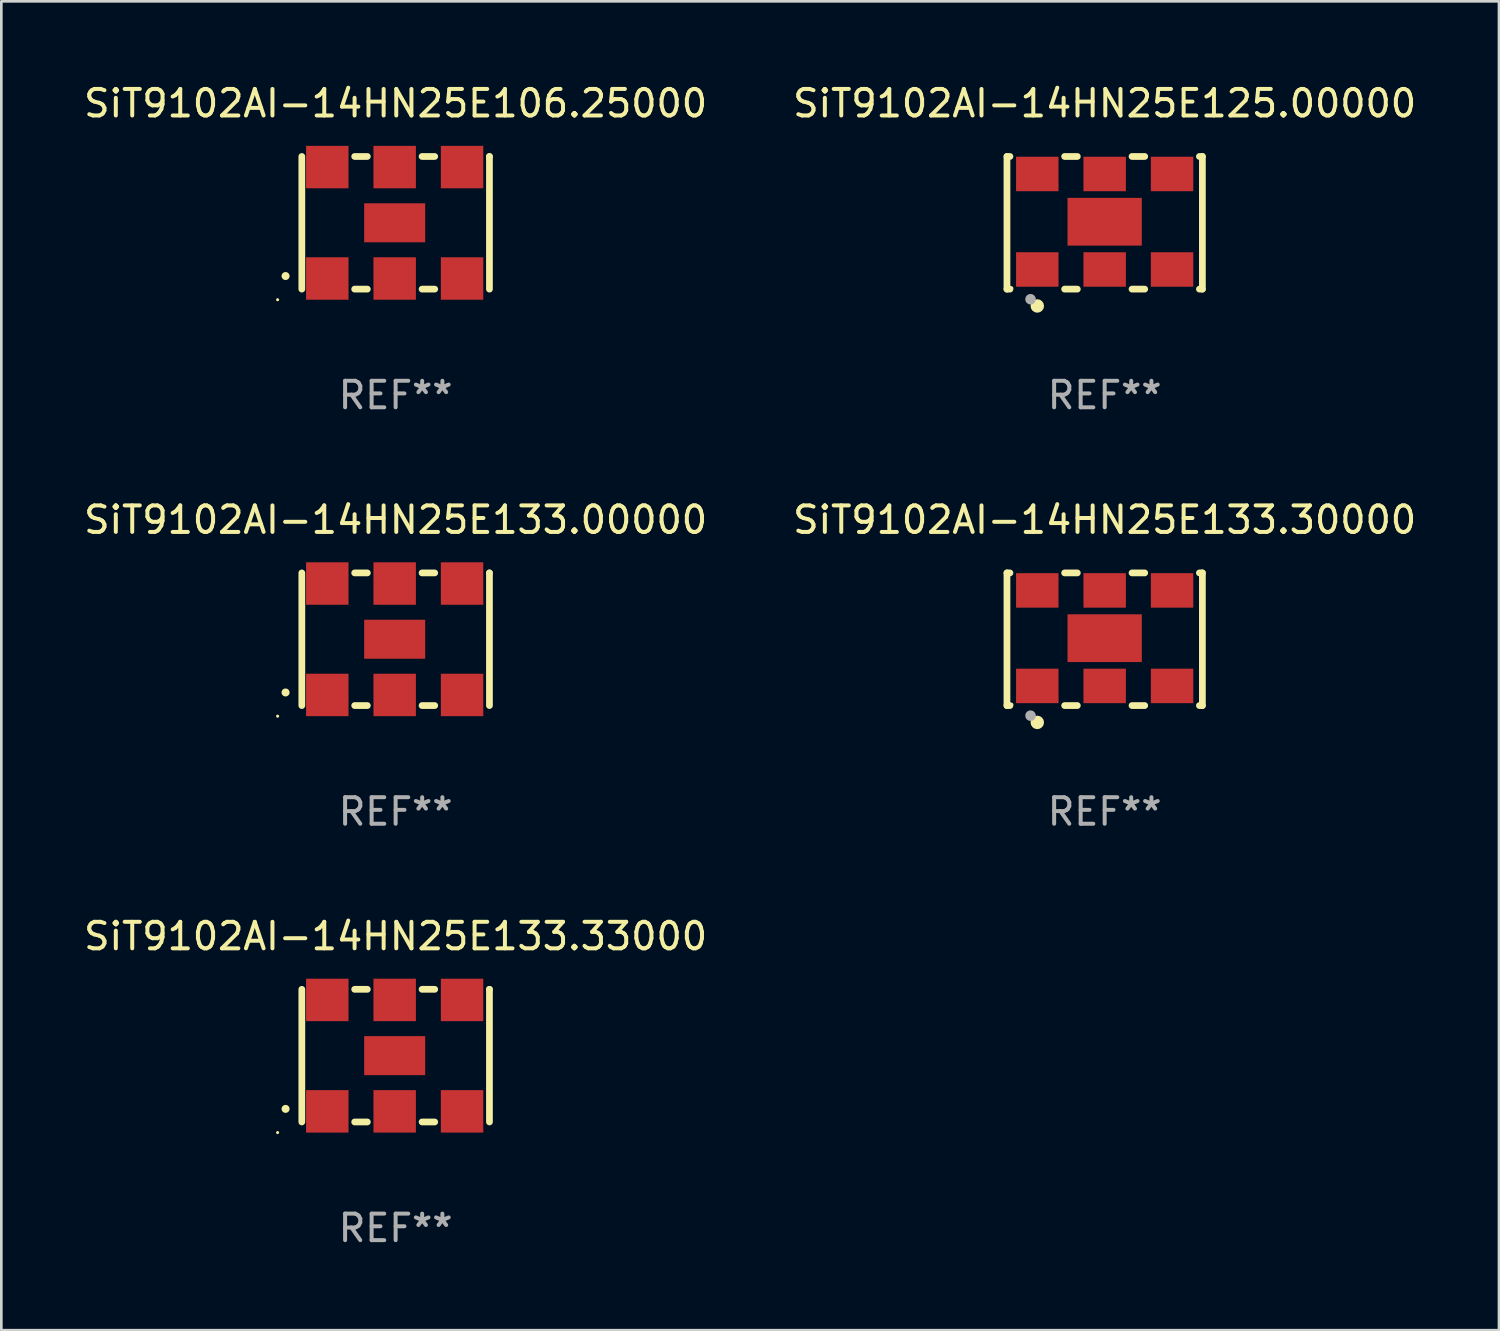
<source format=kicad_pcb>
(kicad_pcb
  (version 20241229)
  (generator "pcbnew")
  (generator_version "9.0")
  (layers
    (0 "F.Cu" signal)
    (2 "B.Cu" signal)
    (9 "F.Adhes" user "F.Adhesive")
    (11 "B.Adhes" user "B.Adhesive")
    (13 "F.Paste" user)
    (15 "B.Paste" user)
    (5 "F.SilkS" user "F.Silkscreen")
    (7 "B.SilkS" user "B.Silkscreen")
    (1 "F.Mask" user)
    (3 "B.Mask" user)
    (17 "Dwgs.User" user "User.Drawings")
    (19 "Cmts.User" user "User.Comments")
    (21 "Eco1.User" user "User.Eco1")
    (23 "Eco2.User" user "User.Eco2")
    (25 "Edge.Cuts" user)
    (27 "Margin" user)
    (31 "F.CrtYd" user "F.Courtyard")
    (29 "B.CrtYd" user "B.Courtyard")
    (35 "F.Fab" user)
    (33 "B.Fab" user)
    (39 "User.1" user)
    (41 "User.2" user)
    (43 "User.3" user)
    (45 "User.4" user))
  (footprint "SiT9102AI-14HN25E125.00000"
    (layer "F.Cu")
    (at 38.589 5.348)
    (property "Reference" "SiT9102AI-14HN25E125.00000" (at 0 -4.5 0) (layer "F.SilkS") (effects (font (size 1 1) (thickness 0.15))))
    (attr through_hole)
    (fp_line (start -3.683 -2.5) (end -3.571 -2.5) (stroke (width 0.254) (type solid)) (layer "F.SilkS"))
    (fp_line (start -3.683 2.5) (end -3.683 -2.5) (stroke (width 0.254) (type solid)) (layer "F.SilkS"))
    (fp_line (start -3.683 2.5) (end -3.571 2.5) (stroke (width 0.254) (type solid)) (layer "F.SilkS"))
    (fp_line (start -1.509 -2.5) (end -1.031 -2.5) (stroke (width 0.254) (type solid)) (layer "F.SilkS"))
    (fp_line (start -1.509 2.5) (end -1.031 2.5) (stroke (width 0.254) (type solid)) (layer "F.SilkS"))
    (fp_line (start 1.031 -2.5) (end 1.509 -2.5) (stroke (width 0.254) (type solid)) (layer "F.SilkS"))
    (fp_line (start 1.031 2.5) (end 1.509 2.5) (stroke (width 0.254) (type solid)) (layer "F.SilkS"))
    (fp_line (start 3.571 -2.5) (end 3.683 -2.5) (stroke (width 0.254) (type solid)) (layer "F.SilkS"))
    (fp_line (start 3.571 2.5) (end 3.683 2.5) (stroke (width 0.254) (type solid)) (layer "F.SilkS"))
    (fp_line (start 3.683 2.5) (end 3.683 -2.5) (stroke (width 0.254) (type solid)) (layer "F.SilkS"))
    (fp_circle (center -3.5 2.46) (end -3.47 2.46) (stroke (width 0.06) (type solid)) (fill no) (layer "F.SilkS"))
    (fp_circle (center -2.54 3.135) (end -2.413 3.135) (stroke (width 0.254) (type solid)) (fill no) (layer "F.SilkS"))
    (fp_circle (center -2.794 2.881) (end -2.694 2.881) (stroke (width 0.2) (type solid)) (fill no) (layer "F.Fab"))
    (fp_text user "REF**" (at 0 6.5 0) (layer "F.Fab") (effects (font (size 1 1) (thickness 0.15))))
    (pad "1" smd rect (at -2.54 1.76) (size 1.6 1.3) (layers "F.Cu" "F.Mask" "F.Paste"))
    (pad "2" smd rect (at 0 1.76) (size 1.6 1.3) (layers "F.Cu" "F.Mask" "F.Paste"))
    (pad "3" smd rect (at 2.54 1.76) (size 1.6 1.3) (layers "F.Cu" "F.Mask" "F.Paste"))
    (pad "4" smd rect (at 2.54 -1.84) (size 1.6 1.3) (layers "F.Cu" "F.Mask" "F.Paste"))
    (pad "5" smd rect (at 0 -1.84) (size 1.6 1.3) (layers "F.Cu" "F.Mask" "F.Paste"))
    (pad "6" smd rect (at -2.54 -1.84) (size 1.6 1.3) (layers "F.Cu" "F.Mask" "F.Paste"))
    (pad "7" smd rect (at 0 -0.04) (size 2.8 1.8) (layers "F.Cu" "F.Mask" "F.Paste")))
  (footprint "SiT9102AI-14HN25E133.30000"
    (layer "F.Cu")
    (at 38.589 21.045)
    (property "Reference" "SiT9102AI-14HN25E133.30000" (at 0 -4.5 0) (layer "F.SilkS") (effects (font (size 1 1) (thickness 0.15))))
    (attr through_hole)
    (fp_line (start -3.683 -2.5) (end -3.571 -2.5) (stroke (width 0.254) (type solid)) (layer "F.SilkS"))
    (fp_line (start -3.683 2.5) (end -3.683 -2.5) (stroke (width 0.254) (type solid)) (layer "F.SilkS"))
    (fp_line (start -3.683 2.5) (end -3.571 2.5) (stroke (width 0.254) (type solid)) (layer "F.SilkS"))
    (fp_line (start -1.509 -2.5) (end -1.031 -2.5) (stroke (width 0.254) (type solid)) (layer "F.SilkS"))
    (fp_line (start -1.509 2.5) (end -1.031 2.5) (stroke (width 0.254) (type solid)) (layer "F.SilkS"))
    (fp_line (start 1.031 -2.5) (end 1.509 -2.5) (stroke (width 0.254) (type solid)) (layer "F.SilkS"))
    (fp_line (start 1.031 2.5) (end 1.509 2.5) (stroke (width 0.254) (type solid)) (layer "F.SilkS"))
    (fp_line (start 3.571 -2.5) (end 3.683 -2.5) (stroke (width 0.254) (type solid)) (layer "F.SilkS"))
    (fp_line (start 3.571 2.5) (end 3.683 2.5) (stroke (width 0.254) (type solid)) (layer "F.SilkS"))
    (fp_line (start 3.683 2.5) (end 3.683 -2.5) (stroke (width 0.254) (type solid)) (layer "F.SilkS"))
    (fp_circle (center -3.5 2.46) (end -3.47 2.46) (stroke (width 0.06) (type solid)) (fill no) (layer "F.SilkS"))
    (fp_circle (center -2.54 3.135) (end -2.413 3.135) (stroke (width 0.254) (type solid)) (fill no) (layer "F.SilkS"))
    (fp_circle (center -2.794 2.881) (end -2.694 2.881) (stroke (width 0.2) (type solid)) (fill no) (layer "F.Fab"))
    (fp_text user "REF**" (at 0 6.5 0) (layer "F.Fab") (effects (font (size 1 1) (thickness 0.15))))
    (pad "1" smd rect (at -2.54 1.76) (size 1.6 1.3) (layers "F.Cu" "F.Mask" "F.Paste"))
    (pad "2" smd rect (at 0 1.76) (size 1.6 1.3) (layers "F.Cu" "F.Mask" "F.Paste"))
    (pad "3" smd rect (at 2.54 1.76) (size 1.6 1.3) (layers "F.Cu" "F.Mask" "F.Paste"))
    (pad "4" smd rect (at 2.54 -1.84) (size 1.6 1.3) (layers "F.Cu" "F.Mask" "F.Paste"))
    (pad "5" smd rect (at 0 -1.84) (size 1.6 1.3) (layers "F.Cu" "F.Mask" "F.Paste"))
    (pad "6" smd rect (at -2.54 -1.84) (size 1.6 1.3) (layers "F.Cu" "F.Mask" "F.Paste"))
    (pad "7" smd rect (at 0 -0.04) (size 2.8 1.8) (layers "F.Cu" "F.Mask" "F.Paste")))
  (footprint "SiT9102AI-14HN25E133.00000"
    (layer "F.Cu")
    (at 11.863 21.045)
    (property "Reference" "SiT9102AI-14HN25E133.00000" (at 0 -4.5 0) (layer "F.SilkS") (effects (font (size 1 1) (thickness 0.15))))
    (attr through_hole)
    (fp_line (start -3.536 -2.5) (end -3.536 2.5) (stroke (width 0.254) (type solid)) (layer "F.SilkS"))
    (fp_line (start -1.544 2.5) (end -1.067 2.5) (stroke (width 0.254) (type solid)) (layer "F.SilkS"))
    (fp_line (start -1.067 -2.5) (end -1.544 -2.5) (stroke (width 0.254) (type solid)) (layer "F.SilkS"))
    (fp_line (start 0.996 2.5) (end 1.473 2.5) (stroke (width 0.254) (type solid)) (layer "F.SilkS"))
    (fp_line (start 1.473 -2.5) (end 0.996 -2.5) (stroke (width 0.254) (type solid)) (layer "F.SilkS"))
    (fp_line (start 3.536 -2.5) (end 3.536 -2.5) (stroke (width 0.254) (type solid)) (layer "F.SilkS"))
    (fp_line (start 3.536 2.5) (end 3.536 -2.5) (stroke (width 0.254) (type solid)) (layer "F.SilkS"))
    (fp_arc (start -4.150432 2.006604) (mid -4.149162 2.006599) (end -4.147892 2.006604) (stroke (width 0.3) (type solid)) (layer "F.SilkS"))
    (fp_circle (center -4.449 2.9) (end -4.419 2.9) (stroke (width 0.06) (type solid)) (fill no) (layer "F.SilkS"))
    (fp_text user "REF**" (at 0 6.5 0) (layer "F.Fab") (effects (font (size 1 1) (thickness 0.15))))
    (pad "1" smd rect (at -2.576 2.1) (size 1.6 1.6) (layers "F.Cu" "F.Mask" "F.Paste"))
    (pad "2" smd rect (at -0.036 2.1) (size 1.6 1.6) (layers "F.Cu" "F.Mask" "F.Paste"))
    (pad "3" smd rect (at 2.504 2.1) (size 1.6 1.6) (layers "F.Cu" "F.Mask" "F.Paste"))
    (pad "4" smd rect (at 2.504 -2.1) (size 1.6 1.6) (layers "F.Cu" "F.Mask" "F.Paste"))
    (pad "5" smd rect (at -0.036 -2.1) (size 1.6 1.6) (layers "F.Cu" "F.Mask" "F.Paste"))
    (pad "6" smd rect (at -2.576 -2.1) (size 1.6 1.6) (layers "F.Cu" "F.Mask" "F.Paste"))
    (pad "7" smd rect (at -0.036 0) (size 2.3 1.47) (layers "F.Cu" "F.Mask" "F.Paste")))
  (footprint "SiT9102AI-14HN25E133.33000"
    (layer "F.Cu")
    (at 11.863 36.741)
    (property "Reference" "SiT9102AI-14HN25E133.33000" (at 0 -4.5 0) (layer "F.SilkS") (effects (font (size 1 1) (thickness 0.15))))
    (attr through_hole)
    (fp_line (start -3.536 -2.5) (end -3.536 2.5) (stroke (width 0.254) (type solid)) (layer "F.SilkS"))
    (fp_line (start -1.544 2.5) (end -1.067 2.5) (stroke (width 0.254) (type solid)) (layer "F.SilkS"))
    (fp_line (start -1.067 -2.5) (end -1.544 -2.5) (stroke (width 0.254) (type solid)) (layer "F.SilkS"))
    (fp_line (start 0.996 2.5) (end 1.473 2.5) (stroke (width 0.254) (type solid)) (layer "F.SilkS"))
    (fp_line (start 1.473 -2.5) (end 0.996 -2.5) (stroke (width 0.254) (type solid)) (layer "F.SilkS"))
    (fp_line (start 3.536 -2.5) (end 3.536 -2.5) (stroke (width 0.254) (type solid)) (layer "F.SilkS"))
    (fp_line (start 3.536 2.5) (end 3.536 -2.5) (stroke (width 0.254) (type solid)) (layer "F.SilkS"))
    (fp_arc (start -4.150432 2.006604) (mid -4.149162 2.006599) (end -4.147892 2.006604) (stroke (width 0.3) (type solid)) (layer "F.SilkS"))
    (fp_circle (center -4.449 2.9) (end -4.419 2.9) (stroke (width 0.06) (type solid)) (fill no) (layer "F.SilkS"))
    (fp_text user "REF**" (at 0 6.5 0) (layer "F.Fab") (effects (font (size 1 1) (thickness 0.15))))
    (pad "1" smd rect (at -2.576 2.1) (size 1.6 1.6) (layers "F.Cu" "F.Mask" "F.Paste"))
    (pad "2" smd rect (at -0.036 2.1) (size 1.6 1.6) (layers "F.Cu" "F.Mask" "F.Paste"))
    (pad "3" smd rect (at 2.504 2.1) (size 1.6 1.6) (layers "F.Cu" "F.Mask" "F.Paste"))
    (pad "4" smd rect (at 2.504 -2.1) (size 1.6 1.6) (layers "F.Cu" "F.Mask" "F.Paste"))
    (pad "5" smd rect (at -0.036 -2.1) (size 1.6 1.6) (layers "F.Cu" "F.Mask" "F.Paste"))
    (pad "6" smd rect (at -2.576 -2.1) (size 1.6 1.6) (layers "F.Cu" "F.Mask" "F.Paste"))
    (pad "7" smd rect (at -0.036 0) (size 2.3 1.47) (layers "F.Cu" "F.Mask" "F.Paste")))
  (footprint "SiT9102AI-14HN25E106.25000"
    (layer "F.Cu")
    (at 11.863 5.348)
    (property "Reference" "SiT9102AI-14HN25E106.25000" (at 0 -4.5 0) (layer "F.SilkS") (effects (font (size 1 1) (thickness 0.15))))
    (attr through_hole)
    (fp_line (start -3.536 -2.5) (end -3.536 2.5) (stroke (width 0.254) (type solid)) (layer "F.SilkS"))
    (fp_line (start -1.544 2.5) (end -1.067 2.5) (stroke (width 0.254) (type solid)) (layer "F.SilkS"))
    (fp_line (start -1.067 -2.5) (end -1.544 -2.5) (stroke (width 0.254) (type solid)) (layer "F.SilkS"))
    (fp_line (start 0.996 2.5) (end 1.473 2.5) (stroke (width 0.254) (type solid)) (layer "F.SilkS"))
    (fp_line (start 1.473 -2.5) (end 0.996 -2.5) (stroke (width 0.254) (type solid)) (layer "F.SilkS"))
    (fp_line (start 3.536 -2.5) (end 3.536 -2.5) (stroke (width 0.254) (type solid)) (layer "F.SilkS"))
    (fp_line (start 3.536 2.5) (end 3.536 -2.5) (stroke (width 0.254) (type solid)) (layer "F.SilkS"))
    (fp_arc (start -4.150432 2.006604) (mid -4.149162 2.006599) (end -4.147892 2.006604) (stroke (width 0.3) (type solid)) (layer "F.SilkS"))
    (fp_circle (center -4.449 2.9) (end -4.419 2.9) (stroke (width 0.06) (type solid)) (fill no) (layer "F.SilkS"))
    (fp_text user "REF**" (at 0 6.5 0) (layer "F.Fab") (effects (font (size 1 1) (thickness 0.15))))
    (pad "1" smd rect (at -2.576 2.1) (size 1.6 1.6) (layers "F.Cu" "F.Mask" "F.Paste"))
    (pad "2" smd rect (at -0.036 2.1) (size 1.6 1.6) (layers "F.Cu" "F.Mask" "F.Paste"))
    (pad "3" smd rect (at 2.504 2.1) (size 1.6 1.6) (layers "F.Cu" "F.Mask" "F.Paste"))
    (pad "4" smd rect (at 2.504 -2.1) (size 1.6 1.6) (layers "F.Cu" "F.Mask" "F.Paste"))
    (pad "5" smd rect (at -0.036 -2.1) (size 1.6 1.6) (layers "F.Cu" "F.Mask" "F.Paste"))
    (pad "6" smd rect (at -2.576 -2.1) (size 1.6 1.6) (layers "F.Cu" "F.Mask" "F.Paste"))
    (pad "7" smd rect (at -0.036 0) (size 2.3 1.47) (layers "F.Cu" "F.Mask" "F.Paste")))
  (gr_rect
    (start -3 -3)
    (end 53.452 47.09)
    (stroke (width 0.1) (type default))
    (fill no)
    (layer "Edge.Cuts")))
</source>
